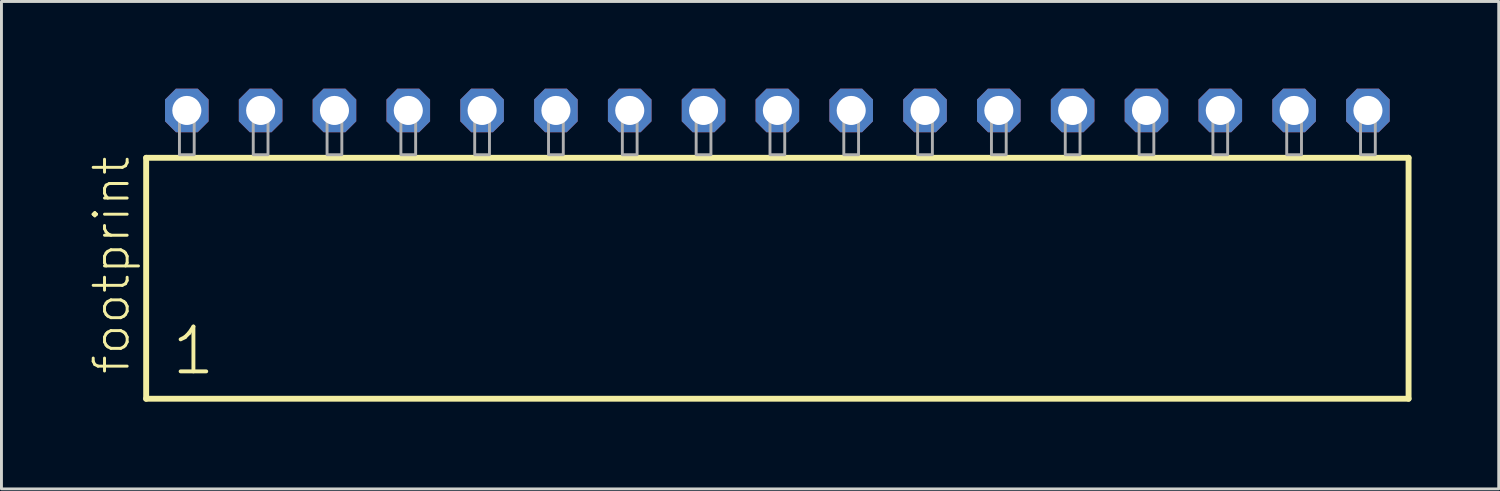
<source format=kicad_pcb>
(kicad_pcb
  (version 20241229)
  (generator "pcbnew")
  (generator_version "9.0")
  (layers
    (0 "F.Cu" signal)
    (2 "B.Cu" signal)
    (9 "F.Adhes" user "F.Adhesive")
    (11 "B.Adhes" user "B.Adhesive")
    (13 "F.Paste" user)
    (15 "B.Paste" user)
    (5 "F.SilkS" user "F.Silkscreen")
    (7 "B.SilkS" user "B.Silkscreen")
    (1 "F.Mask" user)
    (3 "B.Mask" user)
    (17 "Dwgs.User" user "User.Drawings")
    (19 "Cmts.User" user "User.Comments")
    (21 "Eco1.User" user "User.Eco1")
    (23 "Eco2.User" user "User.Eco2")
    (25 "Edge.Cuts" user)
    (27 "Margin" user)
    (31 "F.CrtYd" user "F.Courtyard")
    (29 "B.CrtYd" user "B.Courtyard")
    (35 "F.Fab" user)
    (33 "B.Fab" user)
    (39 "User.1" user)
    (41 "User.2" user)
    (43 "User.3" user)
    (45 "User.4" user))
  (footprint "footprint"
    (layer "F.Cu")
    (at 23.698 2.274)
    (property "Reference" "footprint" (at -22.225 7.62 90) (layer "F.SilkS") (effects (font (size 1.168 1.168) (thickness 0.102)) (justify left bottom)))
    (fp_line (start -21.719 0.106) (end -21.719 8.396) (stroke (width 0.203) (type solid)) (layer "F.SilkS"))
    (fp_line (start -21.719 8.396) (end 21.719 8.396) (stroke (width 0.203) (type solid)) (layer "F.SilkS"))
    (fp_line (start 21.719 0.106) (end -21.719 0.106) (stroke (width 0.203) (type solid)) (layer "F.SilkS"))
    (fp_line (start 21.719 8.396) (end 21.719 0.106) (stroke (width 0.203) (type solid)) (layer "F.SilkS"))
    (fp_poly (pts (xy -20.574 0) (xy -20.066 0) (xy -20.066 -1.778) (xy -20.574 -1.778)) (stroke (width 0.1) (type solid)) (fill no) (layer "F.Fab"))
    (fp_poly (pts (xy -18.034 0) (xy -17.526 0) (xy -17.526 -1.778) (xy -18.034 -1.778)) (stroke (width 0.1) (type solid)) (fill no) (layer "F.Fab"))
    (fp_poly (pts (xy -15.494 0) (xy -14.986 0) (xy -14.986 -1.778) (xy -15.494 -1.778)) (stroke (width 0.1) (type solid)) (fill no) (layer "F.Fab"))
    (fp_poly (pts (xy -12.954 0) (xy -12.446 0) (xy -12.446 -1.778) (xy -12.954 -1.778)) (stroke (width 0.1) (type solid)) (fill no) (layer "F.Fab"))
    (fp_poly (pts (xy -10.414 0) (xy -9.906 0) (xy -9.906 -1.778) (xy -10.414 -1.778)) (stroke (width 0.1) (type solid)) (fill no) (layer "F.Fab"))
    (fp_poly (pts (xy -7.874 0) (xy -7.366 0) (xy -7.366 -1.778) (xy -7.874 -1.778)) (stroke (width 0.1) (type solid)) (fill no) (layer "F.Fab"))
    (fp_poly (pts (xy -5.334 0) (xy -4.826 0) (xy -4.826 -1.778) (xy -5.334 -1.778)) (stroke (width 0.1) (type solid)) (fill no) (layer "F.Fab"))
    (fp_poly (pts (xy -2.794 0) (xy -2.286 0) (xy -2.286 -1.778) (xy -2.794 -1.778)) (stroke (width 0.1) (type solid)) (fill no) (layer "F.Fab"))
    (fp_poly (pts (xy -0.254 0) (xy 0.254 0) (xy 0.254 -1.778) (xy -0.254 -1.778)) (stroke (width 0.1) (type solid)) (fill no) (layer "F.Fab"))
    (fp_poly (pts (xy 2.286 0) (xy 2.794 0) (xy 2.794 -1.778) (xy 2.286 -1.778)) (stroke (width 0.1) (type solid)) (fill no) (layer "F.Fab"))
    (fp_poly (pts (xy 4.826 0) (xy 5.334 0) (xy 5.334 -1.778) (xy 4.826 -1.778)) (stroke (width 0.1) (type solid)) (fill no) (layer "F.Fab"))
    (fp_poly (pts (xy 7.366 0) (xy 7.874 0) (xy 7.874 -1.778) (xy 7.366 -1.778)) (stroke (width 0.1) (type solid)) (fill no) (layer "F.Fab"))
    (fp_poly (pts (xy 9.906 0) (xy 10.414 0) (xy 10.414 -1.778) (xy 9.906 -1.778)) (stroke (width 0.1) (type solid)) (fill no) (layer "F.Fab"))
    (fp_poly (pts (xy 12.446 0) (xy 12.954 0) (xy 12.954 -1.778) (xy 12.446 -1.778)) (stroke (width 0.1) (type solid)) (fill no) (layer "F.Fab"))
    (fp_poly (pts (xy 14.986 0) (xy 15.494 0) (xy 15.494 -1.778) (xy 14.986 -1.778)) (stroke (width 0.1) (type solid)) (fill no) (layer "F.Fab"))
    (fp_poly (pts (xy 17.526 0) (xy 18.034 0) (xy 18.034 -1.778) (xy 17.526 -1.778)) (stroke (width 0.1) (type solid)) (fill no) (layer "F.Fab"))
    (fp_poly (pts (xy 20.066 0) (xy 20.574 0) (xy 20.574 -1.778) (xy 20.066 -1.778)) (stroke (width 0.1) (type solid)) (fill no) (layer "F.Fab"))
    (fp_text user "1" (at -20.915 7.65 0) (layer "F.SilkS") (effects (font (size 1.542 1.542) (thickness 0.134)) (justify left bottom)))
    (pad "1" thru_hole roundrect (at -20.32 -1.524) (size 1.5 1.5) (drill 1) (layers "*.Cu" "*.Mask") (roundrect_rratio 0.25) (chamfer_ratio 0.25) (chamfer top_left top_right bottom_left bottom_right))
    (pad "2" thru_hole roundrect (at -17.78 -1.524) (size 1.5 1.5) (drill 1) (layers "*.Cu" "*.Mask") (roundrect_rratio 0.25) (chamfer_ratio 0.25) (chamfer top_left top_right bottom_left bottom_right))
    (pad "3" thru_hole roundrect (at -15.24 -1.524) (size 1.5 1.5) (drill 1) (layers "*.Cu" "*.Mask") (roundrect_rratio 0.25) (chamfer_ratio 0.25) (chamfer top_left top_right bottom_left bottom_right))
    (pad "4" thru_hole roundrect (at -12.7 -1.524) (size 1.5 1.5) (drill 1) (layers "*.Cu" "*.Mask") (roundrect_rratio 0.25) (chamfer_ratio 0.25) (chamfer top_left top_right bottom_left bottom_right))
    (pad "5" thru_hole roundrect (at -10.16 -1.524) (size 1.5 1.5) (drill 1) (layers "*.Cu" "*.Mask") (roundrect_rratio 0.25) (chamfer_ratio 0.25) (chamfer top_left top_right bottom_left bottom_right))
    (pad "6" thru_hole roundrect (at -7.62 -1.524) (size 1.5 1.5) (drill 1) (layers "*.Cu" "*.Mask") (roundrect_rratio 0.25) (chamfer_ratio 0.25) (chamfer top_left top_right bottom_left bottom_right))
    (pad "7" thru_hole roundrect (at -5.08 -1.524) (size 1.5 1.5) (drill 1) (layers "*.Cu" "*.Mask") (roundrect_rratio 0.25) (chamfer_ratio 0.25) (chamfer top_left top_right bottom_left bottom_right))
    (pad "8" thru_hole roundrect (at -2.54 -1.524) (size 1.5 1.5) (drill 1) (layers "*.Cu" "*.Mask") (roundrect_rratio 0.25) (chamfer_ratio 0.25) (chamfer top_left top_right bottom_left bottom_right))
    (pad "9" thru_hole roundrect (at 0 -1.524) (size 1.5 1.5) (drill 1) (layers "*.Cu" "*.Mask") (roundrect_rratio 0.25) (chamfer_ratio 0.25) (chamfer top_left top_right bottom_left bottom_right))
    (pad "10" thru_hole roundrect (at 2.54 -1.524) (size 1.5 1.5) (drill 1) (layers "*.Cu" "*.Mask") (roundrect_rratio 0.25) (chamfer_ratio 0.25) (chamfer top_left top_right bottom_left bottom_right))
    (pad "11" thru_hole roundrect (at 5.08 -1.524) (size 1.5 1.5) (drill 1) (layers "*.Cu" "*.Mask") (roundrect_rratio 0.25) (chamfer_ratio 0.25) (chamfer top_left top_right bottom_left bottom_right))
    (pad "12" thru_hole roundrect (at 7.62 -1.524) (size 1.5 1.5) (drill 1) (layers "*.Cu" "*.Mask") (roundrect_rratio 0.25) (chamfer_ratio 0.25) (chamfer top_left top_right bottom_left bottom_right))
    (pad "13" thru_hole roundrect (at 10.16 -1.524) (size 1.5 1.5) (drill 1) (layers "*.Cu" "*.Mask") (roundrect_rratio 0.25) (chamfer_ratio 0.25) (chamfer top_left top_right bottom_left bottom_right))
    (pad "14" thru_hole roundrect (at 12.7 -1.524) (size 1.5 1.5) (drill 1) (layers "*.Cu" "*.Mask") (roundrect_rratio 0.25) (chamfer_ratio 0.25) (chamfer top_left top_right bottom_left bottom_right))
    (pad "15" thru_hole roundrect (at 15.24 -1.524) (size 1.5 1.5) (drill 1) (layers "*.Cu" "*.Mask") (roundrect_rratio 0.25) (chamfer_ratio 0.25) (chamfer top_left top_right bottom_left bottom_right))
    (pad "16" thru_hole roundrect (at 17.78 -1.524) (size 1.5 1.5) (drill 1) (layers "*.Cu" "*.Mask") (roundrect_rratio 0.25) (chamfer_ratio 0.25) (chamfer top_left top_right bottom_left bottom_right))
    (pad "17" thru_hole roundrect (at 20.32 -1.524) (size 1.5 1.5) (drill 1) (layers "*.Cu" "*.Mask") (roundrect_rratio 0.25) (chamfer_ratio 0.25) (chamfer top_left top_right bottom_left bottom_right)))
  (gr_rect
    (start -3 -3)
    (end 48.519 13.772)
    (stroke (width 0.1) (type default))
    (fill no)
    (layer "Edge.Cuts")))
</source>
